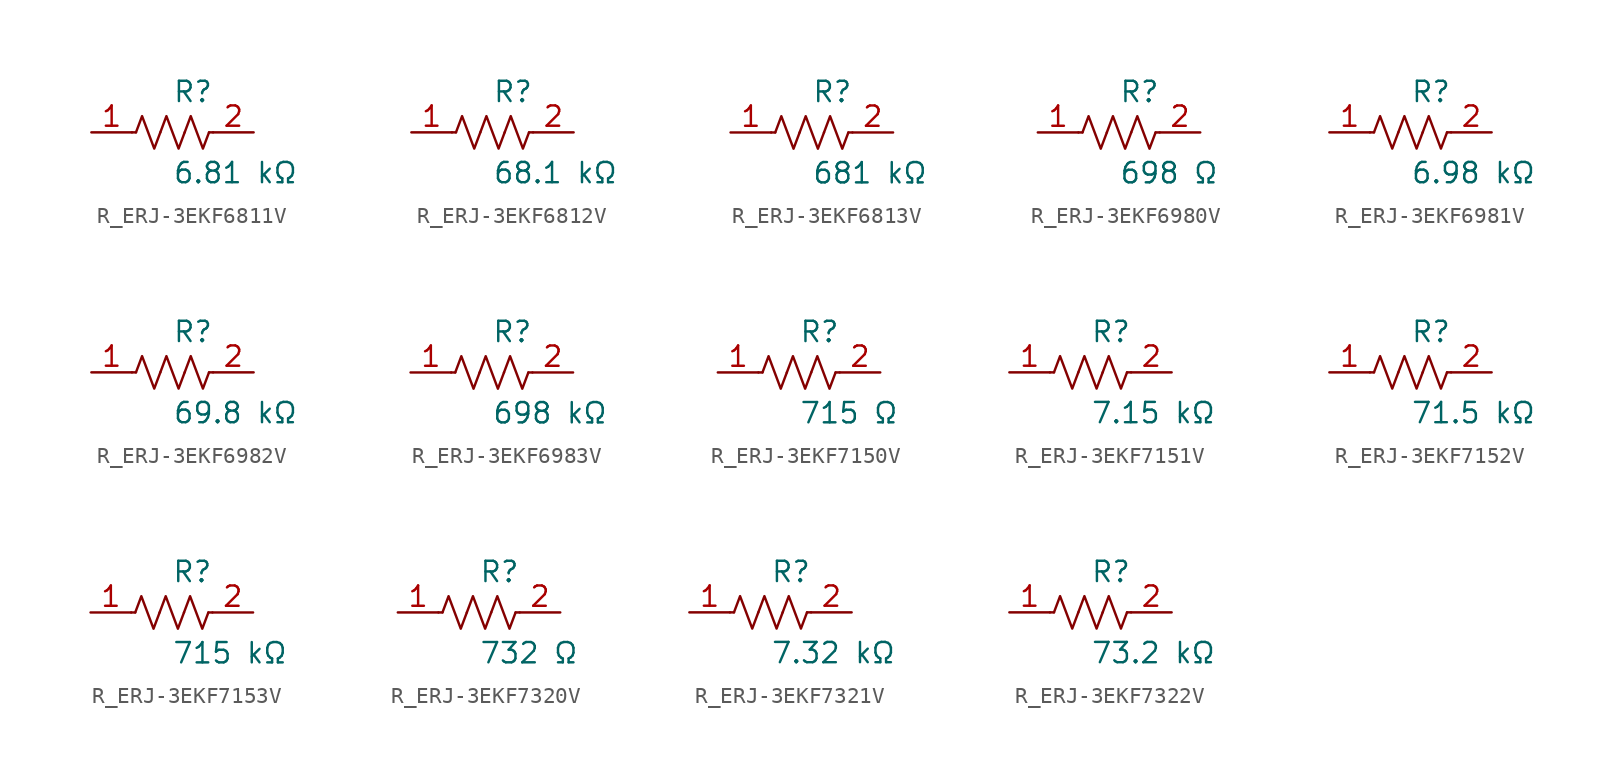
<source format=kicad_sym>
(kicad_symbol_lib
  (version 20231120)
  (generator "kicad_symbol_editor")
  (generator_version "8.0")
  (symbol "R_ERJ-3EKF6811V"
    (pin_names
      (offset 0.254))
    (property "Reference" "R"
      (at 0 2.54 0)
      (effects (font (size 1.27 1.27)) (justify left)))
    (property "Value" "6.81 kΩ"
      (at 0 -2.54 0)
      (effects (font (size 1.27 1.27)) (justify left)))
    (symbol "R_ERJ-3EKF6811V_0_1"
      (polyline (pts (xy 2.286 0) (xy 2.54 0)) (stroke (width 0) (type default)) (fill (type none)))
      (polyline (pts (xy -2.286 0) (xy -2.54 0)) (stroke (width 0) (type default)) (fill (type none)))
      (polyline (pts (xy 0.762 0) (xy 1.143 1.016) (xy 1.524 0) (xy 1.905 -1.016) (xy 2.286 0)) (stroke (width 0) (type default)) (fill (type none)))
      (polyline (pts (xy -0.762 0) (xy -0.381 1.016) (xy 0 0) (xy 0.381 -1.016) (xy 0.762 0)) (stroke (width 0) (type default)) (fill (type none)))
      (polyline (pts (xy -2.286 0) (xy -1.905 1.016) (xy -1.524 0) (xy -1.143 -1.016) (xy -0.762 0)) (stroke (width 0) (type default)) (fill (type none))))
    (pin unspecified line
      (at -5.08 0 0)
      (length 2.54)
      (name "" (effects (font (size 1.27 1.27))))
      (number "1" (effects (font (size 1.27 1.27)))))
    (pin unspecified line
      (at 5.08 0 180)
      (length 2.54)
      (name "" (effects (font (size 1.27 1.27))))
      (number "2" (effects (font (size 1.27 1.27))))))
  (symbol "R_ERJ-3EKF6812V"
    (pin_names
      (offset 0.254))
    (property "Reference" "R"
      (at 0 2.54 0)
      (effects (font (size 1.27 1.27)) (justify left)))
    (property "Value" "68.1 kΩ"
      (at 0 -2.54 0)
      (effects (font (size 1.27 1.27)) (justify left)))
    (symbol "R_ERJ-3EKF6812V_0_1"
      (polyline (pts (xy 2.286 0) (xy 2.54 0)) (stroke (width 0) (type default)) (fill (type none)))
      (polyline (pts (xy -2.286 0) (xy -2.54 0)) (stroke (width 0) (type default)) (fill (type none)))
      (polyline (pts (xy 0.762 0) (xy 1.143 1.016) (xy 1.524 0) (xy 1.905 -1.016) (xy 2.286 0)) (stroke (width 0) (type default)) (fill (type none)))
      (polyline (pts (xy -0.762 0) (xy -0.381 1.016) (xy 0 0) (xy 0.381 -1.016) (xy 0.762 0)) (stroke (width 0) (type default)) (fill (type none)))
      (polyline (pts (xy -2.286 0) (xy -1.905 1.016) (xy -1.524 0) (xy -1.143 -1.016) (xy -0.762 0)) (stroke (width 0) (type default)) (fill (type none))))
    (pin unspecified line
      (at -5.08 0 0)
      (length 2.54)
      (name "" (effects (font (size 1.27 1.27))))
      (number "1" (effects (font (size 1.27 1.27)))))
    (pin unspecified line
      (at 5.08 0 180)
      (length 2.54)
      (name "" (effects (font (size 1.27 1.27))))
      (number "2" (effects (font (size 1.27 1.27))))))
  (symbol "R_ERJ-3EKF6813V"
    (pin_names
      (offset 0.254))
    (property "Reference" "R"
      (at 0 2.54 0)
      (effects (font (size 1.27 1.27)) (justify left)))
    (property "Value" "681 kΩ"
      (at 0 -2.54 0)
      (effects (font (size 1.27 1.27)) (justify left)))
    (symbol "R_ERJ-3EKF6813V_0_1"
      (polyline (pts (xy 2.286 0) (xy 2.54 0)) (stroke (width 0) (type default)) (fill (type none)))
      (polyline (pts (xy -2.286 0) (xy -2.54 0)) (stroke (width 0) (type default)) (fill (type none)))
      (polyline (pts (xy 0.762 0) (xy 1.143 1.016) (xy 1.524 0) (xy 1.905 -1.016) (xy 2.286 0)) (stroke (width 0) (type default)) (fill (type none)))
      (polyline (pts (xy -0.762 0) (xy -0.381 1.016) (xy 0 0) (xy 0.381 -1.016) (xy 0.762 0)) (stroke (width 0) (type default)) (fill (type none)))
      (polyline (pts (xy -2.286 0) (xy -1.905 1.016) (xy -1.524 0) (xy -1.143 -1.016) (xy -0.762 0)) (stroke (width 0) (type default)) (fill (type none))))
    (pin unspecified line
      (at -5.08 0 0)
      (length 2.54)
      (name "" (effects (font (size 1.27 1.27))))
      (number "1" (effects (font (size 1.27 1.27)))))
    (pin unspecified line
      (at 5.08 0 180)
      (length 2.54)
      (name "" (effects (font (size 1.27 1.27))))
      (number "2" (effects (font (size 1.27 1.27))))))
  (symbol "R_ERJ-3EKF6980V"
    (pin_names
      (offset 0.254))
    (property "Reference" "R"
      (at 0 2.54 0)
      (effects (font (size 1.27 1.27)) (justify left)))
    (property "Value" "698 Ω"
      (at 0 -2.54 0)
      (effects (font (size 1.27 1.27)) (justify left)))
    (symbol "R_ERJ-3EKF6980V_0_1"
      (polyline (pts (xy 2.286 0) (xy 2.54 0)) (stroke (width 0) (type default)) (fill (type none)))
      (polyline (pts (xy -2.286 0) (xy -2.54 0)) (stroke (width 0) (type default)) (fill (type none)))
      (polyline (pts (xy 0.762 0) (xy 1.143 1.016) (xy 1.524 0) (xy 1.905 -1.016) (xy 2.286 0)) (stroke (width 0) (type default)) (fill (type none)))
      (polyline (pts (xy -0.762 0) (xy -0.381 1.016) (xy 0 0) (xy 0.381 -1.016) (xy 0.762 0)) (stroke (width 0) (type default)) (fill (type none)))
      (polyline (pts (xy -2.286 0) (xy -1.905 1.016) (xy -1.524 0) (xy -1.143 -1.016) (xy -0.762 0)) (stroke (width 0) (type default)) (fill (type none))))
    (pin unspecified line
      (at -5.08 0 0)
      (length 2.54)
      (name "" (effects (font (size 1.27 1.27))))
      (number "1" (effects (font (size 1.27 1.27)))))
    (pin unspecified line
      (at 5.08 0 180)
      (length 2.54)
      (name "" (effects (font (size 1.27 1.27))))
      (number "2" (effects (font (size 1.27 1.27))))))
  (symbol "R_ERJ-3EKF6981V"
    (pin_names
      (offset 0.254))
    (property "Reference" "R"
      (at 0 2.54 0)
      (effects (font (size 1.27 1.27)) (justify left)))
    (property "Value" "6.98 kΩ"
      (at 0 -2.54 0)
      (effects (font (size 1.27 1.27)) (justify left)))
    (symbol "R_ERJ-3EKF6981V_0_1"
      (polyline (pts (xy 2.286 0) (xy 2.54 0)) (stroke (width 0) (type default)) (fill (type none)))
      (polyline (pts (xy -2.286 0) (xy -2.54 0)) (stroke (width 0) (type default)) (fill (type none)))
      (polyline (pts (xy 0.762 0) (xy 1.143 1.016) (xy 1.524 0) (xy 1.905 -1.016) (xy 2.286 0)) (stroke (width 0) (type default)) (fill (type none)))
      (polyline (pts (xy -0.762 0) (xy -0.381 1.016) (xy 0 0) (xy 0.381 -1.016) (xy 0.762 0)) (stroke (width 0) (type default)) (fill (type none)))
      (polyline (pts (xy -2.286 0) (xy -1.905 1.016) (xy -1.524 0) (xy -1.143 -1.016) (xy -0.762 0)) (stroke (width 0) (type default)) (fill (type none))))
    (pin unspecified line
      (at -5.08 0 0)
      (length 2.54)
      (name "" (effects (font (size 1.27 1.27))))
      (number "1" (effects (font (size 1.27 1.27)))))
    (pin unspecified line
      (at 5.08 0 180)
      (length 2.54)
      (name "" (effects (font (size 1.27 1.27))))
      (number "2" (effects (font (size 1.27 1.27))))))
  (symbol "R_ERJ-3EKF6982V"
    (pin_names
      (offset 0.254))
    (property "Reference" "R"
      (at 0 2.54 0)
      (effects (font (size 1.27 1.27)) (justify left)))
    (property "Value" "69.8 kΩ"
      (at 0 -2.54 0)
      (effects (font (size 1.27 1.27)) (justify left)))
    (symbol "R_ERJ-3EKF6982V_0_1"
      (polyline (pts (xy 2.286 0) (xy 2.54 0)) (stroke (width 0) (type default)) (fill (type none)))
      (polyline (pts (xy -2.286 0) (xy -2.54 0)) (stroke (width 0) (type default)) (fill (type none)))
      (polyline (pts (xy 0.762 0) (xy 1.143 1.016) (xy 1.524 0) (xy 1.905 -1.016) (xy 2.286 0)) (stroke (width 0) (type default)) (fill (type none)))
      (polyline (pts (xy -0.762 0) (xy -0.381 1.016) (xy 0 0) (xy 0.381 -1.016) (xy 0.762 0)) (stroke (width 0) (type default)) (fill (type none)))
      (polyline (pts (xy -2.286 0) (xy -1.905 1.016) (xy -1.524 0) (xy -1.143 -1.016) (xy -0.762 0)) (stroke (width 0) (type default)) (fill (type none))))
    (pin unspecified line
      (at -5.08 0 0)
      (length 2.54)
      (name "" (effects (font (size 1.27 1.27))))
      (number "1" (effects (font (size 1.27 1.27)))))
    (pin unspecified line
      (at 5.08 0 180)
      (length 2.54)
      (name "" (effects (font (size 1.27 1.27))))
      (number "2" (effects (font (size 1.27 1.27))))))
  (symbol "R_ERJ-3EKF6983V"
    (pin_names
      (offset 0.254))
    (property "Reference" "R"
      (at 0 2.54 0)
      (effects (font (size 1.27 1.27)) (justify left)))
    (property "Value" "698 kΩ"
      (at 0 -2.54 0)
      (effects (font (size 1.27 1.27)) (justify left)))
    (symbol "R_ERJ-3EKF6983V_0_1"
      (polyline (pts (xy 2.286 0) (xy 2.54 0)) (stroke (width 0) (type default)) (fill (type none)))
      (polyline (pts (xy -2.286 0) (xy -2.54 0)) (stroke (width 0) (type default)) (fill (type none)))
      (polyline (pts (xy 0.762 0) (xy 1.143 1.016) (xy 1.524 0) (xy 1.905 -1.016) (xy 2.286 0)) (stroke (width 0) (type default)) (fill (type none)))
      (polyline (pts (xy -0.762 0) (xy -0.381 1.016) (xy 0 0) (xy 0.381 -1.016) (xy 0.762 0)) (stroke (width 0) (type default)) (fill (type none)))
      (polyline (pts (xy -2.286 0) (xy -1.905 1.016) (xy -1.524 0) (xy -1.143 -1.016) (xy -0.762 0)) (stroke (width 0) (type default)) (fill (type none))))
    (pin unspecified line
      (at -5.08 0 0)
      (length 2.54)
      (name "" (effects (font (size 1.27 1.27))))
      (number "1" (effects (font (size 1.27 1.27)))))
    (pin unspecified line
      (at 5.08 0 180)
      (length 2.54)
      (name "" (effects (font (size 1.27 1.27))))
      (number "2" (effects (font (size 1.27 1.27))))))
  (symbol "R_ERJ-3EKF7150V"
    (pin_names
      (offset 0.254))
    (property "Reference" "R"
      (at 0 2.54 0)
      (effects (font (size 1.27 1.27)) (justify left)))
    (property "Value" "715 Ω"
      (at 0 -2.54 0)
      (effects (font (size 1.27 1.27)) (justify left)))
    (symbol "R_ERJ-3EKF7150V_0_1"
      (polyline (pts (xy 2.286 0) (xy 2.54 0)) (stroke (width 0) (type default)) (fill (type none)))
      (polyline (pts (xy -2.286 0) (xy -2.54 0)) (stroke (width 0) (type default)) (fill (type none)))
      (polyline (pts (xy 0.762 0) (xy 1.143 1.016) (xy 1.524 0) (xy 1.905 -1.016) (xy 2.286 0)) (stroke (width 0) (type default)) (fill (type none)))
      (polyline (pts (xy -0.762 0) (xy -0.381 1.016) (xy 0 0) (xy 0.381 -1.016) (xy 0.762 0)) (stroke (width 0) (type default)) (fill (type none)))
      (polyline (pts (xy -2.286 0) (xy -1.905 1.016) (xy -1.524 0) (xy -1.143 -1.016) (xy -0.762 0)) (stroke (width 0) (type default)) (fill (type none))))
    (pin unspecified line
      (at -5.08 0 0)
      (length 2.54)
      (name "" (effects (font (size 1.27 1.27))))
      (number "1" (effects (font (size 1.27 1.27)))))
    (pin unspecified line
      (at 5.08 0 180)
      (length 2.54)
      (name "" (effects (font (size 1.27 1.27))))
      (number "2" (effects (font (size 1.27 1.27))))))
  (symbol "R_ERJ-3EKF7151V"
    (pin_names
      (offset 0.254))
    (property "Reference" "R"
      (at 0 2.54 0)
      (effects (font (size 1.27 1.27)) (justify left)))
    (property "Value" "7.15 kΩ"
      (at 0 -2.54 0)
      (effects (font (size 1.27 1.27)) (justify left)))
    (symbol "R_ERJ-3EKF7151V_0_1"
      (polyline (pts (xy 2.286 0) (xy 2.54 0)) (stroke (width 0) (type default)) (fill (type none)))
      (polyline (pts (xy -2.286 0) (xy -2.54 0)) (stroke (width 0) (type default)) (fill (type none)))
      (polyline (pts (xy 0.762 0) (xy 1.143 1.016) (xy 1.524 0) (xy 1.905 -1.016) (xy 2.286 0)) (stroke (width 0) (type default)) (fill (type none)))
      (polyline (pts (xy -0.762 0) (xy -0.381 1.016) (xy 0 0) (xy 0.381 -1.016) (xy 0.762 0)) (stroke (width 0) (type default)) (fill (type none)))
      (polyline (pts (xy -2.286 0) (xy -1.905 1.016) (xy -1.524 0) (xy -1.143 -1.016) (xy -0.762 0)) (stroke (width 0) (type default)) (fill (type none))))
    (pin unspecified line
      (at -5.08 0 0)
      (length 2.54)
      (name "" (effects (font (size 1.27 1.27))))
      (number "1" (effects (font (size 1.27 1.27)))))
    (pin unspecified line
      (at 5.08 0 180)
      (length 2.54)
      (name "" (effects (font (size 1.27 1.27))))
      (number "2" (effects (font (size 1.27 1.27))))))
  (symbol "R_ERJ-3EKF7152V"
    (pin_names
      (offset 0.254))
    (property "Reference" "R"
      (at 0 2.54 0)
      (effects (font (size 1.27 1.27)) (justify left)))
    (property "Value" "71.5 kΩ"
      (at 0 -2.54 0)
      (effects (font (size 1.27 1.27)) (justify left)))
    (symbol "R_ERJ-3EKF7152V_0_1"
      (polyline (pts (xy 2.286 0) (xy 2.54 0)) (stroke (width 0) (type default)) (fill (type none)))
      (polyline (pts (xy -2.286 0) (xy -2.54 0)) (stroke (width 0) (type default)) (fill (type none)))
      (polyline (pts (xy 0.762 0) (xy 1.143 1.016) (xy 1.524 0) (xy 1.905 -1.016) (xy 2.286 0)) (stroke (width 0) (type default)) (fill (type none)))
      (polyline (pts (xy -0.762 0) (xy -0.381 1.016) (xy 0 0) (xy 0.381 -1.016) (xy 0.762 0)) (stroke (width 0) (type default)) (fill (type none)))
      (polyline (pts (xy -2.286 0) (xy -1.905 1.016) (xy -1.524 0) (xy -1.143 -1.016) (xy -0.762 0)) (stroke (width 0) (type default)) (fill (type none))))
    (pin unspecified line
      (at -5.08 0 0)
      (length 2.54)
      (name "" (effects (font (size 1.27 1.27))))
      (number "1" (effects (font (size 1.27 1.27)))))
    (pin unspecified line
      (at 5.08 0 180)
      (length 2.54)
      (name "" (effects (font (size 1.27 1.27))))
      (number "2" (effects (font (size 1.27 1.27))))))
  (symbol "R_ERJ-3EKF7153V"
    (pin_names
      (offset 0.254))
    (property "Reference" "R"
      (at 0 2.54 0)
      (effects (font (size 1.27 1.27)) (justify left)))
    (property "Value" "715 kΩ"
      (at 0 -2.54 0)
      (effects (font (size 1.27 1.27)) (justify left)))
    (symbol "R_ERJ-3EKF7153V_0_1"
      (polyline (pts (xy 2.286 0) (xy 2.54 0)) (stroke (width 0) (type default)) (fill (type none)))
      (polyline (pts (xy -2.286 0) (xy -2.54 0)) (stroke (width 0) (type default)) (fill (type none)))
      (polyline (pts (xy 0.762 0) (xy 1.143 1.016) (xy 1.524 0) (xy 1.905 -1.016) (xy 2.286 0)) (stroke (width 0) (type default)) (fill (type none)))
      (polyline (pts (xy -0.762 0) (xy -0.381 1.016) (xy 0 0) (xy 0.381 -1.016) (xy 0.762 0)) (stroke (width 0) (type default)) (fill (type none)))
      (polyline (pts (xy -2.286 0) (xy -1.905 1.016) (xy -1.524 0) (xy -1.143 -1.016) (xy -0.762 0)) (stroke (width 0) (type default)) (fill (type none))))
    (pin unspecified line
      (at -5.08 0 0)
      (length 2.54)
      (name "" (effects (font (size 1.27 1.27))))
      (number "1" (effects (font (size 1.27 1.27)))))
    (pin unspecified line
      (at 5.08 0 180)
      (length 2.54)
      (name "" (effects (font (size 1.27 1.27))))
      (number "2" (effects (font (size 1.27 1.27))))))
  (symbol "R_ERJ-3EKF7320V"
    (pin_names
      (offset 0.254))
    (property "Reference" "R"
      (at 0 2.54 0)
      (effects (font (size 1.27 1.27)) (justify left)))
    (property "Value" "732 Ω"
      (at 0 -2.54 0)
      (effects (font (size 1.27 1.27)) (justify left)))
    (symbol "R_ERJ-3EKF7320V_0_1"
      (polyline (pts (xy 2.286 0) (xy 2.54 0)) (stroke (width 0) (type default)) (fill (type none)))
      (polyline (pts (xy -2.286 0) (xy -2.54 0)) (stroke (width 0) (type default)) (fill (type none)))
      (polyline (pts (xy 0.762 0) (xy 1.143 1.016) (xy 1.524 0) (xy 1.905 -1.016) (xy 2.286 0)) (stroke (width 0) (type default)) (fill (type none)))
      (polyline (pts (xy -0.762 0) (xy -0.381 1.016) (xy 0 0) (xy 0.381 -1.016) (xy 0.762 0)) (stroke (width 0) (type default)) (fill (type none)))
      (polyline (pts (xy -2.286 0) (xy -1.905 1.016) (xy -1.524 0) (xy -1.143 -1.016) (xy -0.762 0)) (stroke (width 0) (type default)) (fill (type none))))
    (pin unspecified line
      (at -5.08 0 0)
      (length 2.54)
      (name "" (effects (font (size 1.27 1.27))))
      (number "1" (effects (font (size 1.27 1.27)))))
    (pin unspecified line
      (at 5.08 0 180)
      (length 2.54)
      (name "" (effects (font (size 1.27 1.27))))
      (number "2" (effects (font (size 1.27 1.27))))))
  (symbol "R_ERJ-3EKF7321V"
    (pin_names
      (offset 0.254))
    (property "Reference" "R"
      (at 0 2.54 0)
      (effects (font (size 1.27 1.27)) (justify left)))
    (property "Value" "7.32 kΩ"
      (at 0 -2.54 0)
      (effects (font (size 1.27 1.27)) (justify left)))
    (symbol "R_ERJ-3EKF7321V_0_1"
      (polyline (pts (xy 2.286 0) (xy 2.54 0)) (stroke (width 0) (type default)) (fill (type none)))
      (polyline (pts (xy -2.286 0) (xy -2.54 0)) (stroke (width 0) (type default)) (fill (type none)))
      (polyline (pts (xy 0.762 0) (xy 1.143 1.016) (xy 1.524 0) (xy 1.905 -1.016) (xy 2.286 0)) (stroke (width 0) (type default)) (fill (type none)))
      (polyline (pts (xy -0.762 0) (xy -0.381 1.016) (xy 0 0) (xy 0.381 -1.016) (xy 0.762 0)) (stroke (width 0) (type default)) (fill (type none)))
      (polyline (pts (xy -2.286 0) (xy -1.905 1.016) (xy -1.524 0) (xy -1.143 -1.016) (xy -0.762 0)) (stroke (width 0) (type default)) (fill (type none))))
    (pin unspecified line
      (at -5.08 0 0)
      (length 2.54)
      (name "" (effects (font (size 1.27 1.27))))
      (number "1" (effects (font (size 1.27 1.27)))))
    (pin unspecified line
      (at 5.08 0 180)
      (length 2.54)
      (name "" (effects (font (size 1.27 1.27))))
      (number "2" (effects (font (size 1.27 1.27))))))
  (symbol "R_ERJ-3EKF7322V"
    (pin_names
      (offset 0.254))
    (property "Reference" "R"
      (at 0 2.54 0)
      (effects (font (size 1.27 1.27)) (justify left)))
    (property "Value" "73.2 kΩ"
      (at 0 -2.54 0)
      (effects (font (size 1.27 1.27)) (justify left)))
    (symbol "R_ERJ-3EKF7322V_0_1"
      (polyline (pts (xy 2.286 0) (xy 2.54 0)) (stroke (width 0) (type default)) (fill (type none)))
      (polyline (pts (xy -2.286 0) (xy -2.54 0)) (stroke (width 0) (type default)) (fill (type none)))
      (polyline (pts (xy 0.762 0) (xy 1.143 1.016) (xy 1.524 0) (xy 1.905 -1.016) (xy 2.286 0)) (stroke (width 0) (type default)) (fill (type none)))
      (polyline (pts (xy -0.762 0) (xy -0.381 1.016) (xy 0 0) (xy 0.381 -1.016) (xy 0.762 0)) (stroke (width 0) (type default)) (fill (type none)))
      (polyline (pts (xy -2.286 0) (xy -1.905 1.016) (xy -1.524 0) (xy -1.143 -1.016) (xy -0.762 0)) (stroke (width 0) (type default)) (fill (type none))))
    (pin unspecified line
      (at -5.08 0 0)
      (length 2.54)
      (name "" (effects (font (size 1.27 1.27))))
      (number "1" (effects (font (size 1.27 1.27)))))
    (pin unspecified line
      (at 5.08 0 180)
      (length 2.54)
      (name "" (effects (font (size 1.27 1.27))))
      (number "2" (effects (font (size 1.27 1.27)))))))
</source>
